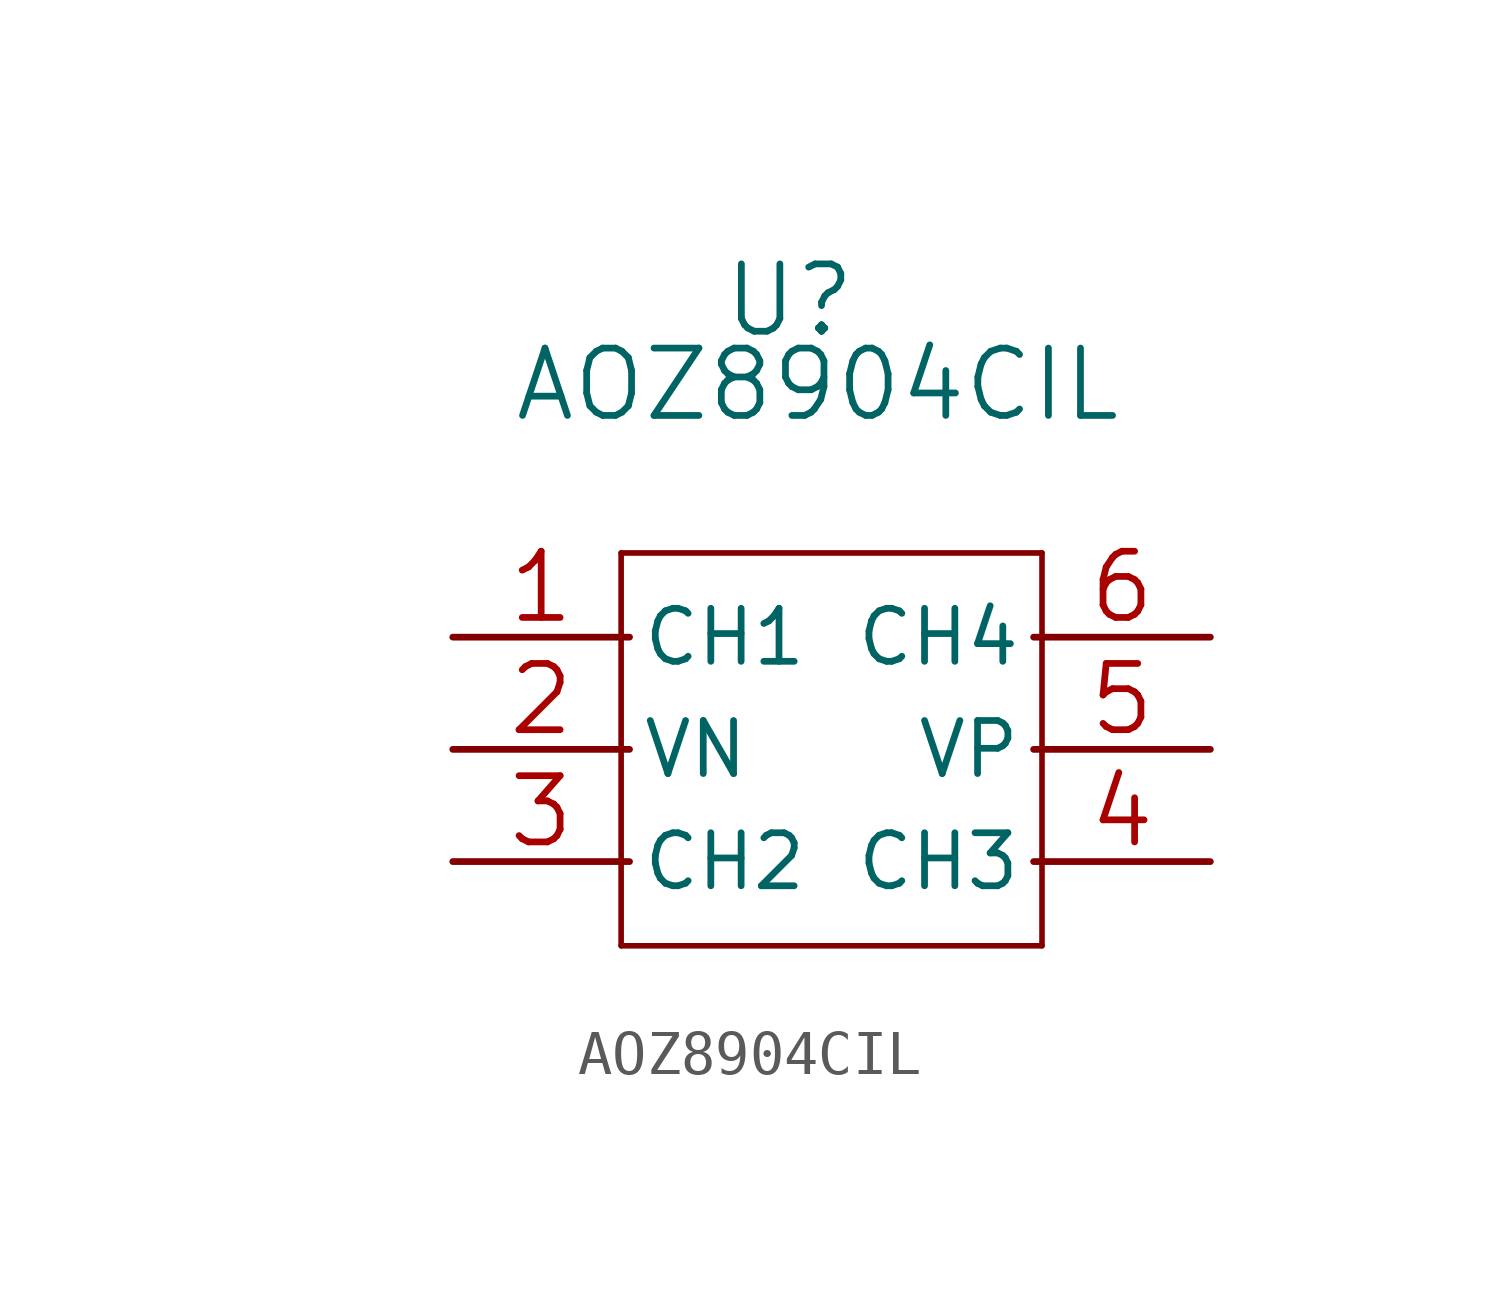
<source format=kicad_sym>
(kicad_symbol_lib
  (version 20211014)
  (generator kicad_symbol_editor)
  (symbol "AOZ8904CIL"
    (pin_names
      (offset 0.254))
    (property "Reference" "U"
      (at 11.43 7.62 0)
      (effects (font (size 1.524 1.524))))
    (property "Value" "AOZ8904CIL"
      (at 12.065 5.715 0)
      (effects (font (size 1.524 1.524))))
    (property "Datasheet" ""
      (at 0 0 0)
      (effects (font (size 1.524 1.524))))
    (property "ki_locked" ""
      (at 0 0 0)
      (effects (font (size 1.27 1.27))))
    (symbol "AOZ8904CIL_1_1"
      (polyline (pts (xy 7.62 -6.985) (xy 17.145 -6.985)) (stroke (width 0.127) (type default) (color 0 0 0 0)) (fill (type none)))
      (polyline (pts (xy 7.62 1.905) (xy 7.62 -6.985)) (stroke (width 0.127) (type default) (color 0 0 0 0)) (fill (type none)))
      (polyline (pts (xy 17.145 -6.985) (xy 17.145 1.905)) (stroke (width 0.127) (type default) (color 0 0 0 0)) (fill (type none)))
      (polyline (pts (xy 17.145 1.905) (xy 7.62 1.905)) (stroke (width 0.127) (type default) (color 0 0 0 0)) (fill (type none)))
      (pin bidirectional line (at 3.81 0 0) (length 4) (name "CH1" (effects (font (size 1.2 1.2)))) (number "1" (effects (font (size 1.499 1.499)))))
      (pin unspecified line (at 3.81 -2.54 0) (length 4) (name "VN" (effects (font (size 1.2 1.2)))) (number "2" (effects (font (size 1.499 1.499)))))
      (pin bidirectional line (at 3.81 -5.08 0) (length 4) (name "CH2" (effects (font (size 1.2 1.2)))) (number "3" (effects (font (size 1.499 1.499)))))
      (pin bidirectional line (at 20.955 -5.08 180) (length 4) (name "CH3" (effects (font (size 1.2 1.2)))) (number "4" (effects (font (size 1.499 1.499)))))
      (pin unspecified line (at 20.955 -2.54 180) (length 4) (name "VP" (effects (font (size 1.2 1.2)))) (number "5" (effects (font (size 1.499 1.499)))))
      (pin bidirectional line (at 20.955 0 180) (length 4) (name "CH4" (effects (font (size 1.2 1.2)))) (number "6" (effects (font (size 1.499 1.499))))))))
</source>
